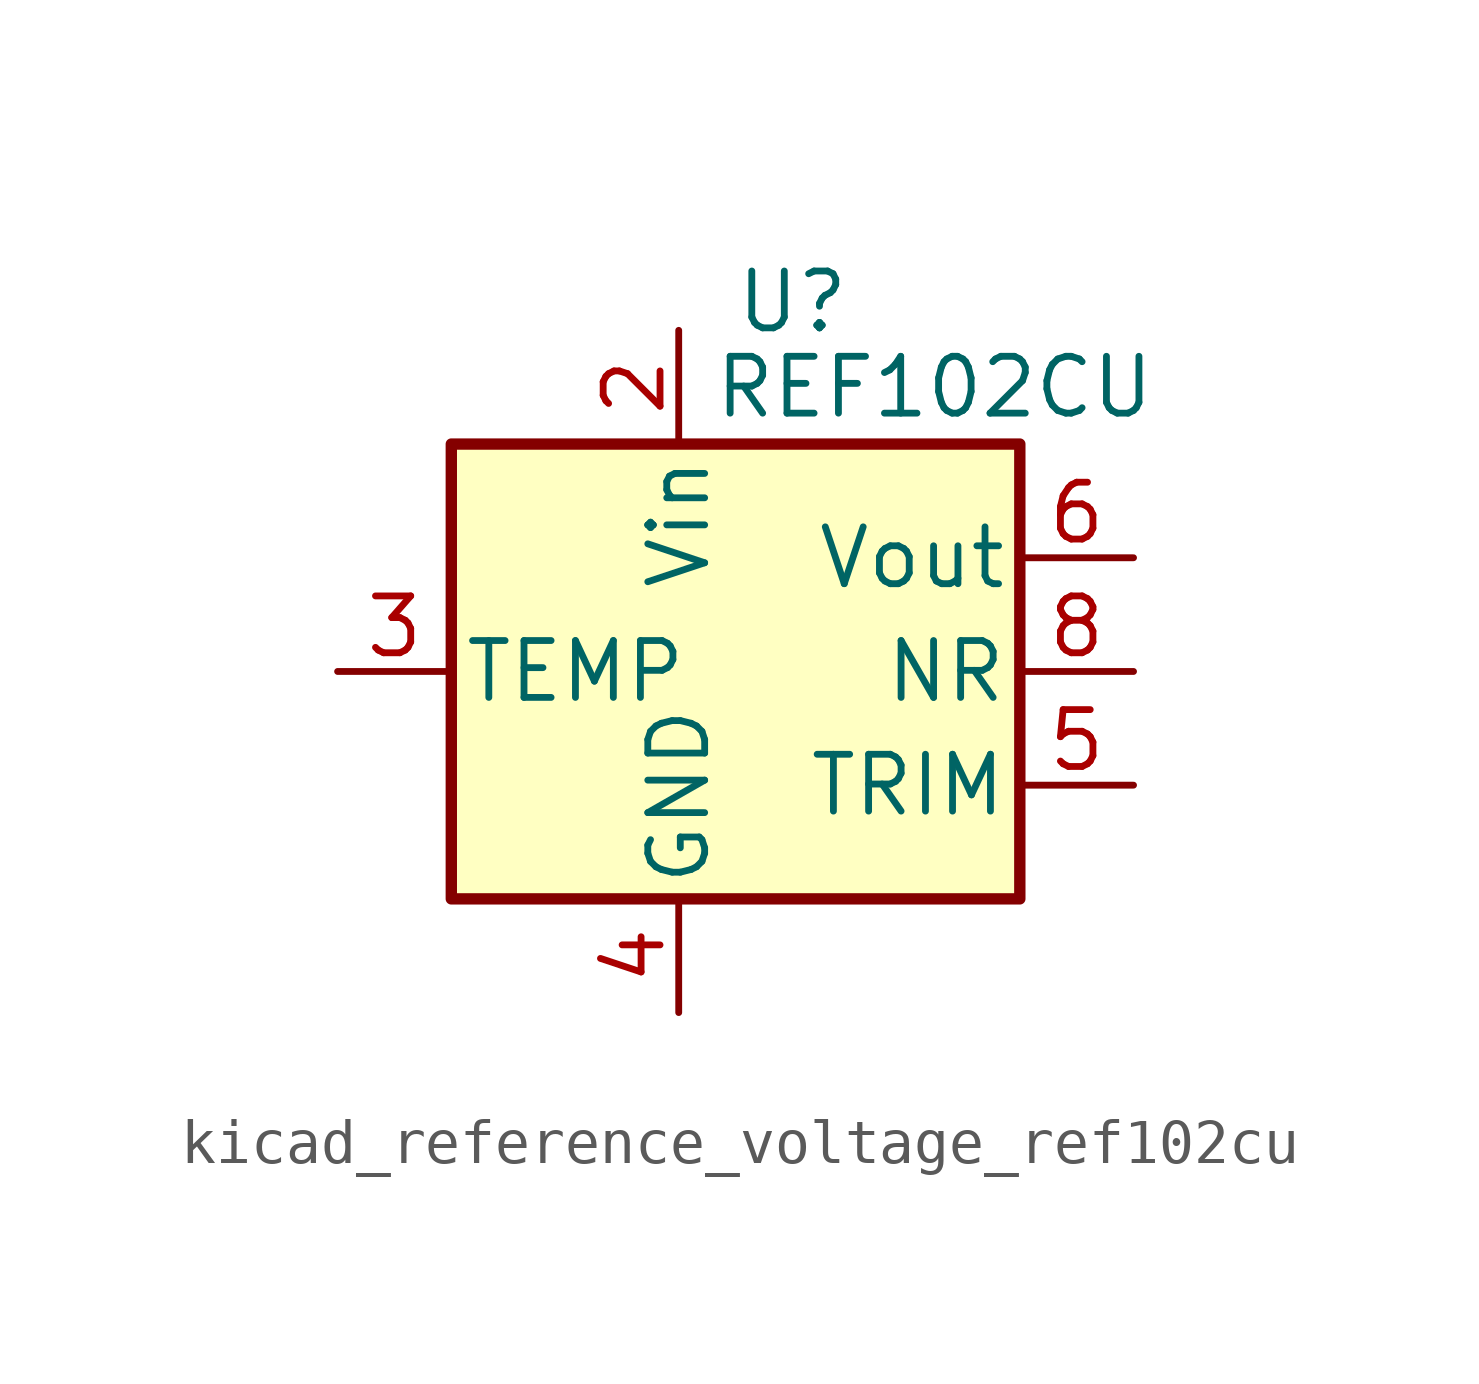
<source format=kicad_sym>
(kicad_symbol_lib
  (version 20220914)
  (generator kicad_symbol_editor)
  (symbol "kicad_reference_voltage_ref102cu"
    (pin_names
      (offset 0.254))
    (property "Reference" "U"
      (at 0 8.255 0)
      (effects (font (size 1.27 1.27))))
    (property "Value" "REF102CU"
      (at 3.175 6.35 0)
      (effects (font (size 1.27 1.27))))
    (symbol "kicad_reference_voltage_ref102cu_0_1"
      (rectangle (start -7.62 5.08) (end 5.08 -5.08) (stroke (width 0.254) (type default)) (fill (type background))))
    (symbol "kicad_reference_voltage_ref102cu_1_1"
      (pin no_connect line (at -5.08 -5.08 90) (length 2.54) hide (name "NC" (effects (font (size 1.27 1.27)))) (number "1" (effects (font (size 1.27 1.27)))))
      (pin power_in line (at -2.54 7.62 270) (length 2.54) (name "Vin" (effects (font (size 1.27 1.27)))) (number "2" (effects (font (size 1.27 1.27)))))
      (pin passive line (at -10.16 0 0) (length 2.54) (name "TEMP" (effects (font (size 1.27 1.27)))) (number "3" (effects (font (size 1.27 1.27)))))
      (pin power_in line (at -2.54 -7.62 90) (length 2.54) (name "GND" (effects (font (size 1.27 1.27)))) (number "4" (effects (font (size 1.27 1.27)))))
      (pin passive line (at 7.62 -2.54 180) (length 2.54) (name "TRIM" (effects (font (size 1.27 1.27)))) (number "5" (effects (font (size 1.27 1.27)))))
      (pin power_out line (at 7.62 2.54 180) (length 2.54) (name "Vout" (effects (font (size 1.27 1.27)))) (number "6" (effects (font (size 1.27 1.27)))))
      (pin no_connect line (at 0 -5.08 90) (length 2.54) hide (name "NC" (effects (font (size 1.27 1.27)))) (number "7" (effects (font (size 1.27 1.27)))))
      (pin passive line (at 7.62 0 180) (length 2.54) (name "NR" (effects (font (size 1.27 1.27)))) (number "8" (effects (font (size 1.27 1.27))))))))
</source>
